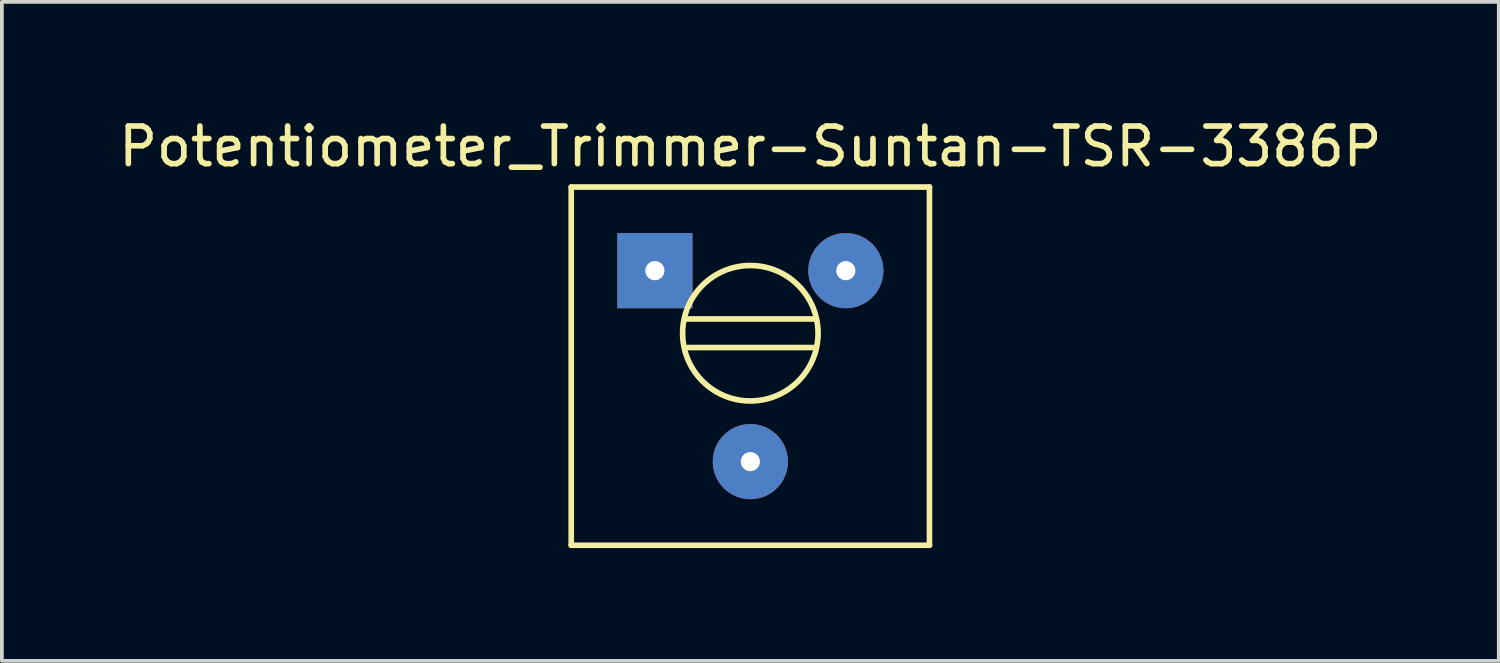
<source format=kicad_pcb>
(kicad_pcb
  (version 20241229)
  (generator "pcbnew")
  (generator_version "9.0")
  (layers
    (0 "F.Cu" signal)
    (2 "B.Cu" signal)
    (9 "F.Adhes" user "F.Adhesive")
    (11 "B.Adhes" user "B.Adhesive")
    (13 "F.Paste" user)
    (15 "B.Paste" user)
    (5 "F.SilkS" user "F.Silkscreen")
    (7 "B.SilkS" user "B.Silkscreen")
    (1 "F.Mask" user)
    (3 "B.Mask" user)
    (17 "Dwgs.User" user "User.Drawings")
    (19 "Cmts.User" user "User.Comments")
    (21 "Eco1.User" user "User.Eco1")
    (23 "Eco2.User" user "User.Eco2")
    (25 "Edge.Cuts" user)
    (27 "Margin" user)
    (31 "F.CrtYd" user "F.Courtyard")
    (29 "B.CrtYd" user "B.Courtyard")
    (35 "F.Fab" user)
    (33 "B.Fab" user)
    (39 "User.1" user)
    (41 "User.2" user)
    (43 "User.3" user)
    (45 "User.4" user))
  (footprint "Potentiometer_Trimmer-Suntan-TSR-3386P"
    (layer "F.Cu")
    (at 14.371 6.69)
    (property "Reference" "Potentiometer_Trimmer-Suntan-TSR-3386P" (at 2.54 -5.842 0) (layer "F.SilkS") (effects (font (size 1 1) (thickness 0.15))))
    (attr through_hole)
    (fp_line (start -2.225 -4.765) (end 7.305 -4.765) (stroke (width 0.15) (type solid)) (layer "F.SilkS"))
    (fp_line (start -2.225 4.765) (end -2.225 -4.765) (stroke (width 0.15) (type solid)) (layer "F.SilkS"))
    (fp_line (start 0.84 -1.255) (end 4.24 -1.255) (stroke (width 0.15) (type solid)) (layer "F.SilkS"))
    (fp_line (start 0.84 -0.495) (end 4.24 -0.495) (stroke (width 0.15) (type solid)) (layer "F.SilkS"))
    (fp_line (start 7.305 -4.765) (end 7.305 4.765) (stroke (width 0.15) (type solid)) (layer "F.SilkS"))
    (fp_line (start 7.305 4.765) (end -2.225 4.765) (stroke (width 0.15) (type solid)) (layer "F.SilkS"))
    (fp_circle (center 2.54 -0.875) (end 4.115 0) (stroke (width 0.15) (type solid)) (fill no) (layer "F.SilkS"))
    (pad "1" thru_hole rect (at 0 -2.54) (size 2 2) (drill 0.51) (layers "*.Mask" "B.Cu"))
    (pad "2" thru_hole circle (at 2.54 2.54) (size 2 2) (drill 0.51) (layers "*.Mask" "B.Cu"))
    (pad "3" thru_hole circle (at 5.08 -2.54) (size 2 2) (drill 0.51) (layers "*.Mask" "B.Cu")))
  (gr_rect
    (start -3 -3)
    (end 36.821 14.53)
    (stroke (width 0.1) (type default))
    (fill no)
    (layer "Edge.Cuts")))
</source>
